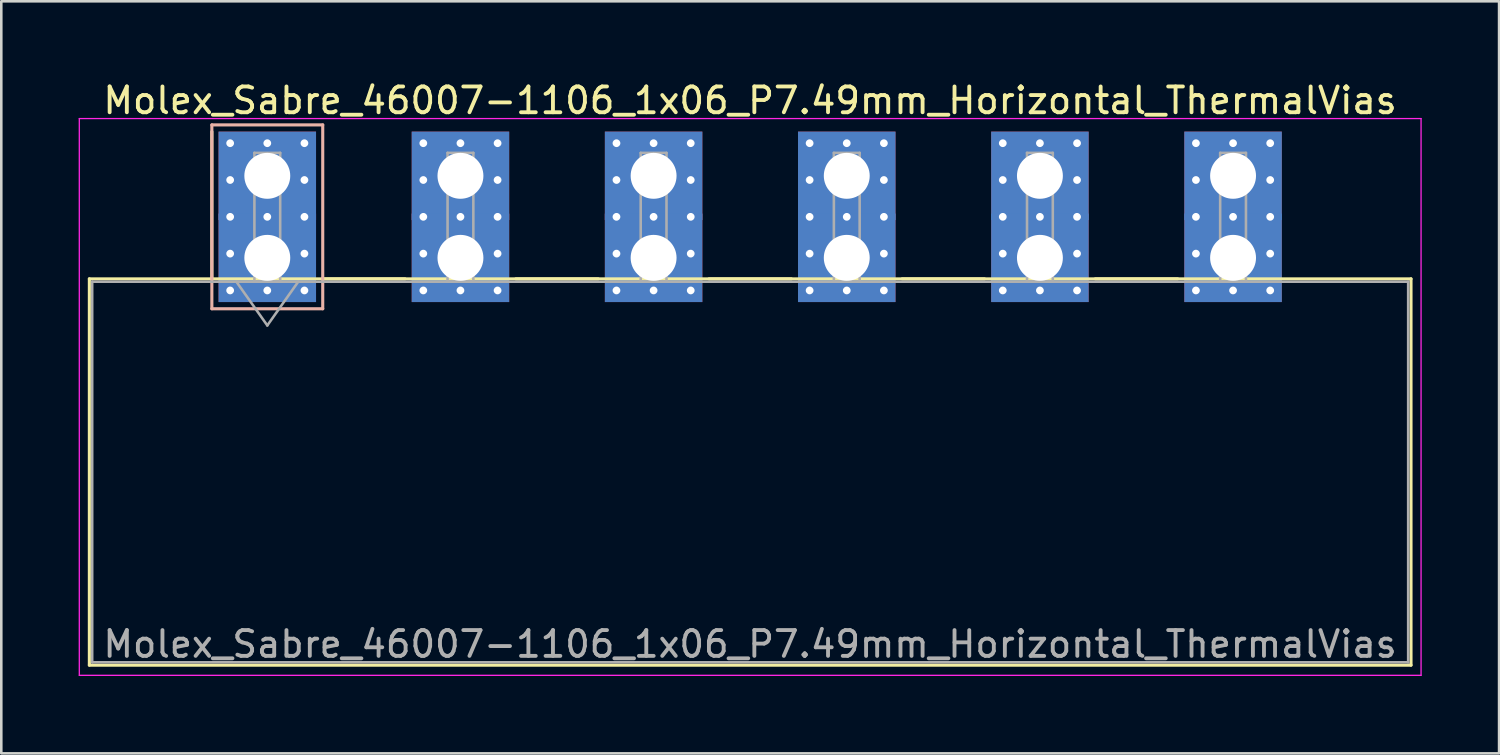
<source format=kicad_pcb>
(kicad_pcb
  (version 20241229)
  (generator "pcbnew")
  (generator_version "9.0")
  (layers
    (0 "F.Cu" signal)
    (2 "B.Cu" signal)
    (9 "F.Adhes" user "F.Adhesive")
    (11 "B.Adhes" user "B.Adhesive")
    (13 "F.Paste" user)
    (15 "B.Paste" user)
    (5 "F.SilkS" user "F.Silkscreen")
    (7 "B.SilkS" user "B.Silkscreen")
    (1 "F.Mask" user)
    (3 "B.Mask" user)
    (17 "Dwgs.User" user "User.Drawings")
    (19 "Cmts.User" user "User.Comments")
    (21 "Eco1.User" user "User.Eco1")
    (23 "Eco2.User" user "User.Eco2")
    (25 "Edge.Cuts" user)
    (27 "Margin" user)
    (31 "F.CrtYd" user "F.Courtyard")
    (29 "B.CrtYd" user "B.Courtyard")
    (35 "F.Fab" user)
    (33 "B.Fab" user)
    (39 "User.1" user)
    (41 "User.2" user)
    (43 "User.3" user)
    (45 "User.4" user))
  (footprint "Molex_Sabre_46007-1106_1x06_P7.49mm_Horizontal_ThermalVias"
    (layer "F.Cu")
    (at 7.315 6.948)
    (property "Reference" "Molex_Sabre_46007-1106_1x06_P7.49mm_Horizontal_ThermalVias" (at 18.72 -6.1 0) (layer "F.SilkS") (effects (font (size 1 1) (thickness 0.15))))
    (attr through_hole)
    (fp_line (start -6.9 0.815) (end -6.9 15.795) (stroke (width 0.12) (type solid)) (layer "F.SilkS"))
    (fp_line (start -6.9 15.795) (end 44.35 15.795) (stroke (width 0.12) (type solid)) (layer "F.SilkS"))
    (fp_line (start -2.15 0.815) (end -2.15 -4.895) (stroke (width 0.12) (type solid)) (layer "F.SilkS"))
    (fp_line (start 2.15 0.815) (end 5.34 0.815) (stroke (width 0.12) (type solid)) (layer "F.SilkS"))
    (fp_line (start 9.64 0.815) (end 12.83 0.815) (stroke (width 0.12) (type solid)) (layer "F.SilkS"))
    (fp_line (start 17.13 0.815) (end 20.32 0.815) (stroke (width 0.12) (type solid)) (layer "F.SilkS"))
    (fp_line (start 24.62 0.815) (end 27.81 0.815) (stroke (width 0.12) (type solid)) (layer "F.SilkS"))
    (fp_line (start 32.11 0.815) (end 35.3 0.815) (stroke (width 0.12) (type solid)) (layer "F.SilkS"))
    (fp_line (start 44.35 0.815) (end -6.9 0.815) (stroke (width 0.12) (type solid)) (layer "F.SilkS"))
    (fp_line (start 44.35 15.795) (end 44.35 0.815) (stroke (width 0.12) (type solid)) (layer "F.SilkS"))
    (fp_line (start -2.15 -5.155) (end -2.15 1.975) (stroke (width 0.12) (type solid)) (layer "B.SilkS"))
    (fp_line (start -2.15 1.975) (end 2.15 1.975) (stroke (width 0.12) (type solid)) (layer "B.SilkS"))
    (fp_line (start 2.15 -5.155) (end -2.15 -5.155) (stroke (width 0.12) (type solid)) (layer "B.SilkS"))
    (fp_line (start 2.15 1.975) (end 2.15 -5.155) (stroke (width 0.12) (type solid)) (layer "B.SilkS"))
    (fp_line (start -7.29 -5.4) (end -7.29 16.19) (stroke (width 0.05) (type solid)) (layer "F.CrtYd"))
    (fp_line (start -7.29 16.19) (end 44.74 16.19) (stroke (width 0.05) (type solid)) (layer "F.CrtYd"))
    (fp_line (start 44.74 -5.4) (end -7.29 -5.4) (stroke (width 0.05) (type solid)) (layer "F.CrtYd"))
    (fp_line (start 44.74 16.19) (end 44.74 -5.4) (stroke (width 0.05) (type solid)) (layer "F.CrtYd"))
    (fp_line (start -6.79 0.925) (end -6.79 15.685) (stroke (width 0.1) (type solid)) (layer "F.Fab"))
    (fp_line (start -6.79 15.685) (end 44.24 15.685) (stroke (width 0.1) (type solid)) (layer "F.Fab"))
    (fp_line (start -1.2 0.925) (end 0 2.622) (stroke (width 0.1) (type solid)) (layer "F.Fab"))
    (fp_line (start -0.5 -4.07) (end 0.5 -4.07) (stroke (width 0.1) (type solid)) (layer "F.Fab"))
    (fp_line (start -0.5 0.925) (end -0.5 -4.07) (stroke (width 0.1) (type solid)) (layer "F.Fab"))
    (fp_line (start 0 2.622) (end 1.2 0.925) (stroke (width 0.1) (type solid)) (layer "F.Fab"))
    (fp_line (start 0.5 -4.07) (end 0.5 0.925) (stroke (width 0.1) (type solid)) (layer "F.Fab"))
    (fp_line (start 0.5 0.925) (end -0.5 0.925) (stroke (width 0.1) (type solid)) (layer "F.Fab"))
    (fp_line (start 6.99 -4.07) (end 7.99 -4.07) (stroke (width 0.1) (type solid)) (layer "F.Fab"))
    (fp_line (start 6.99 0.925) (end 6.99 -4.07) (stroke (width 0.1) (type solid)) (layer "F.Fab"))
    (fp_line (start 7.99 -4.07) (end 7.99 0.925) (stroke (width 0.1) (type solid)) (layer "F.Fab"))
    (fp_line (start 7.99 0.925) (end 6.99 0.925) (stroke (width 0.1) (type solid)) (layer "F.Fab"))
    (fp_line (start 14.48 -4.07) (end 15.48 -4.07) (stroke (width 0.1) (type solid)) (layer "F.Fab"))
    (fp_line (start 14.48 0.925) (end 14.48 -4.07) (stroke (width 0.1) (type solid)) (layer "F.Fab"))
    (fp_line (start 15.48 -4.07) (end 15.48 0.925) (stroke (width 0.1) (type solid)) (layer "F.Fab"))
    (fp_line (start 15.48 0.925) (end 14.48 0.925) (stroke (width 0.1) (type solid)) (layer "F.Fab"))
    (fp_line (start 21.97 -4.07) (end 22.97 -4.07) (stroke (width 0.1) (type solid)) (layer "F.Fab"))
    (fp_line (start 21.97 0.925) (end 21.97 -4.07) (stroke (width 0.1) (type solid)) (layer "F.Fab"))
    (fp_line (start 22.97 -4.07) (end 22.97 0.925) (stroke (width 0.1) (type solid)) (layer "F.Fab"))
    (fp_line (start 22.97 0.925) (end 21.97 0.925) (stroke (width 0.1) (type solid)) (layer "F.Fab"))
    (fp_line (start 29.46 -4.07) (end 30.46 -4.07) (stroke (width 0.1) (type solid)) (layer "F.Fab"))
    (fp_line (start 29.46 0.925) (end 29.46 -4.07) (stroke (width 0.1) (type solid)) (layer "F.Fab"))
    (fp_line (start 30.46 -4.07) (end 30.46 0.925) (stroke (width 0.1) (type solid)) (layer "F.Fab"))
    (fp_line (start 30.46 0.925) (end 29.46 0.925) (stroke (width 0.1) (type solid)) (layer "F.Fab"))
    (fp_line (start 36.95 -4.07) (end 37.95 -4.07) (stroke (width 0.1) (type solid)) (layer "F.Fab"))
    (fp_line (start 36.95 0.925) (end 36.95 -4.07) (stroke (width 0.1) (type solid)) (layer "F.Fab"))
    (fp_line (start 37.95 -4.07) (end 37.95 0.925) (stroke (width 0.1) (type solid)) (layer "F.Fab"))
    (fp_line (start 37.95 0.925) (end 36.95 0.925) (stroke (width 0.1) (type solid)) (layer "F.Fab"))
    (fp_line (start 44.24 0.925) (end -6.79 0.925) (stroke (width 0.1) (type solid)) (layer "F.Fab"))
    (fp_line (start 44.24 15.685) (end 44.24 0.925) (stroke (width 0.1) (type solid)) (layer "F.Fab"))
    (fp_text user "${REFERENCE}" (at 18.72 14.98 0) (layer "F.Fab") (effects (font (size 1 1) (thickness 0.15))))
    (pad "1" thru_hole rect (at -1.44 -4.445) (size 0.6 0.6) (drill 0.3) (layers "*.Cu" "*.Mask"))
    (pad "1" thru_hole rect (at -1.44 -3.018) (size 0.6 0.6) (drill 0.3) (layers "*.Cu" "*.Mask"))
    (pad "1" thru_hole rect (at -1.44 -1.59) (size 0.6 0.6) (drill 0.3) (layers "*.Cu" "*.Mask"))
    (pad "1" thru_hole rect (at -1.44 -0.163) (size 0.6 0.6) (drill 0.3) (layers "*.Cu" "*.Mask"))
    (pad "1" thru_hole rect (at -1.44 1.265) (size 0.6 0.6) (drill 0.3) (layers "*.Cu" "*.Mask"))
    (pad "1" thru_hole rect (at 0 -4.445) (size 0.6 0.6) (drill 0.3) (layers "*.Cu" "*.Mask"))
    (pad "1" thru_hole rect (at 0 -3.18) (size 3.78 3.43) (drill 1.78) (layers "*.Cu" "*.Mask"))
    (pad "1" thru_hole rect (at 0 -1.59) (size 0.6 0.6) (drill 0.3) (layers "*.Cu" "*.Mask"))
    (pad "1" thru_hole rect (at 0 0) (size 3.78 3.43) (drill 1.78) (layers "*.Cu" "*.Mask"))
    (pad "1" thru_hole rect (at 0 1.265) (size 0.6 0.6) (drill 0.3) (layers "*.Cu" "*.Mask"))
    (pad "1" thru_hole rect (at 1.44 -4.445) (size 0.6 0.6) (drill 0.3) (layers "*.Cu" "*.Mask"))
    (pad "1" thru_hole rect (at 1.44 -3.018) (size 0.6 0.6) (drill 0.3) (layers "*.Cu" "*.Mask"))
    (pad "1" thru_hole rect (at 1.44 -1.59) (size 0.6 0.6) (drill 0.3) (layers "*.Cu" "*.Mask"))
    (pad "1" thru_hole rect (at 1.44 -0.163) (size 0.6 0.6) (drill 0.3) (layers "*.Cu" "*.Mask"))
    (pad "1" thru_hole rect (at 1.44 1.265) (size 0.6 0.6) (drill 0.3) (layers "*.Cu" "*.Mask"))
    (pad "2" thru_hole circle (at 6.05 -4.445) (size 0.6 0.6) (drill 0.3) (layers "*.Cu" "*.Mask"))
    (pad "2" thru_hole circle (at 6.05 -3.018) (size 0.6 0.6) (drill 0.3) (layers "*.Cu" "*.Mask"))
    (pad "2" thru_hole circle (at 6.05 -1.59) (size 0.6 0.6) (drill 0.3) (layers "*.Cu" "*.Mask"))
    (pad "2" thru_hole circle (at 6.05 -0.163) (size 0.6 0.6) (drill 0.3) (layers "*.Cu" "*.Mask"))
    (pad "2" thru_hole circle (at 6.05 1.265) (size 0.6 0.6) (drill 0.3) (layers "*.Cu" "*.Mask"))
    (pad "2" thru_hole circle (at 7.49 -4.445) (size 0.6 0.6) (drill 0.3) (layers "*.Cu" "*.Mask"))
    (pad "2" thru_hole rect (at 7.49 -3.18) (size 3.78 3.43) (drill 1.78) (layers "*.Cu" "*.Mask"))
    (pad "2" thru_hole circle (at 7.49 -1.59) (size 0.6 0.6) (drill 0.3) (layers "*.Cu" "*.Mask"))
    (pad "2" thru_hole rect (at 7.49 0) (size 3.78 3.43) (drill 1.78) (layers "*.Cu" "*.Mask"))
    (pad "2" thru_hole circle (at 7.49 1.265) (size 0.6 0.6) (drill 0.3) (layers "*.Cu" "*.Mask"))
    (pad "2" thru_hole circle (at 8.93 -4.445) (size 0.6 0.6) (drill 0.3) (layers "*.Cu" "*.Mask"))
    (pad "2" thru_hole circle (at 8.93 -3.018) (size 0.6 0.6) (drill 0.3) (layers "*.Cu" "*.Mask"))
    (pad "2" thru_hole circle (at 8.93 -1.59) (size 0.6 0.6) (drill 0.3) (layers "*.Cu" "*.Mask"))
    (pad "2" thru_hole circle (at 8.93 -0.163) (size 0.6 0.6) (drill 0.3) (layers "*.Cu" "*.Mask"))
    (pad "2" thru_hole circle (at 8.93 1.265) (size 0.6 0.6) (drill 0.3) (layers "*.Cu" "*.Mask"))
    (pad "3" thru_hole circle (at 13.54 -4.445) (size 0.6 0.6) (drill 0.3) (layers "*.Cu" "*.Mask"))
    (pad "3" thru_hole circle (at 13.54 -3.018) (size 0.6 0.6) (drill 0.3) (layers "*.Cu" "*.Mask"))
    (pad "3" thru_hole circle (at 13.54 -1.59) (size 0.6 0.6) (drill 0.3) (layers "*.Cu" "*.Mask"))
    (pad "3" thru_hole circle (at 13.54 -0.163) (size 0.6 0.6) (drill 0.3) (layers "*.Cu" "*.Mask"))
    (pad "3" thru_hole circle (at 13.54 1.265) (size 0.6 0.6) (drill 0.3) (layers "*.Cu" "*.Mask"))
    (pad "3" thru_hole circle (at 14.98 -4.445) (size 0.6 0.6) (drill 0.3) (layers "*.Cu" "*.Mask"))
    (pad "3" thru_hole rect (at 14.98 -3.18) (size 3.78 3.43) (drill 1.78) (layers "*.Cu" "*.Mask"))
    (pad "3" thru_hole circle (at 14.98 -1.59) (size 0.6 0.6) (drill 0.3) (layers "*.Cu" "*.Mask"))
    (pad "3" thru_hole rect (at 14.98 0) (size 3.78 3.43) (drill 1.78) (layers "*.Cu" "*.Mask"))
    (pad "3" thru_hole circle (at 14.98 1.265) (size 0.6 0.6) (drill 0.3) (layers "*.Cu" "*.Mask"))
    (pad "3" thru_hole circle (at 16.42 -4.445) (size 0.6 0.6) (drill 0.3) (layers "*.Cu" "*.Mask"))
    (pad "3" thru_hole circle (at 16.42 -3.018) (size 0.6 0.6) (drill 0.3) (layers "*.Cu" "*.Mask"))
    (pad "3" thru_hole circle (at 16.42 -1.59) (size 0.6 0.6) (drill 0.3) (layers "*.Cu" "*.Mask"))
    (pad "3" thru_hole circle (at 16.42 -0.163) (size 0.6 0.6) (drill 0.3) (layers "*.Cu" "*.Mask"))
    (pad "3" thru_hole circle (at 16.42 1.265) (size 0.6 0.6) (drill 0.3) (layers "*.Cu" "*.Mask"))
    (pad "4" thru_hole circle (at 21.03 -4.445) (size 0.6 0.6) (drill 0.3) (layers "*.Cu" "*.Mask"))
    (pad "4" thru_hole circle (at 21.03 -3.018) (size 0.6 0.6) (drill 0.3) (layers "*.Cu" "*.Mask"))
    (pad "4" thru_hole circle (at 21.03 -1.59) (size 0.6 0.6) (drill 0.3) (layers "*.Cu" "*.Mask"))
    (pad "4" thru_hole circle (at 21.03 -0.163) (size 0.6 0.6) (drill 0.3) (layers "*.Cu" "*.Mask"))
    (pad "4" thru_hole circle (at 21.03 1.265) (size 0.6 0.6) (drill 0.3) (layers "*.Cu" "*.Mask"))
    (pad "4" thru_hole circle (at 22.47 -4.445) (size 0.6 0.6) (drill 0.3) (layers "*.Cu" "*.Mask"))
    (pad "4" thru_hole rect (at 22.47 -3.18) (size 3.78 3.43) (drill 1.78) (layers "*.Cu" "*.Mask"))
    (pad "4" thru_hole circle (at 22.47 -1.59) (size 0.6 0.6) (drill 0.3) (layers "*.Cu" "*.Mask"))
    (pad "4" thru_hole rect (at 22.47 0) (size 3.78 3.43) (drill 1.78) (layers "*.Cu" "*.Mask"))
    (pad "4" thru_hole circle (at 22.47 1.265) (size 0.6 0.6) (drill 0.3) (layers "*.Cu" "*.Mask"))
    (pad "4" thru_hole circle (at 23.91 -4.445) (size 0.6 0.6) (drill 0.3) (layers "*.Cu" "*.Mask"))
    (pad "4" thru_hole circle (at 23.91 -3.018) (size 0.6 0.6) (drill 0.3) (layers "*.Cu" "*.Mask"))
    (pad "4" thru_hole circle (at 23.91 -1.59) (size 0.6 0.6) (drill 0.3) (layers "*.Cu" "*.Mask"))
    (pad "4" thru_hole circle (at 23.91 -0.163) (size 0.6 0.6) (drill 0.3) (layers "*.Cu" "*.Mask"))
    (pad "4" thru_hole circle (at 23.91 1.265) (size 0.6 0.6) (drill 0.3) (layers "*.Cu" "*.Mask"))
    (pad "5" thru_hole circle (at 28.52 -4.445) (size 0.6 0.6) (drill 0.3) (layers "*.Cu" "*.Mask"))
    (pad "5" thru_hole circle (at 28.52 -3.018) (size 0.6 0.6) (drill 0.3) (layers "*.Cu" "*.Mask"))
    (pad "5" thru_hole circle (at 28.52 -1.59) (size 0.6 0.6) (drill 0.3) (layers "*.Cu" "*.Mask"))
    (pad "5" thru_hole circle (at 28.52 -0.163) (size 0.6 0.6) (drill 0.3) (layers "*.Cu" "*.Mask"))
    (pad "5" thru_hole circle (at 28.52 1.265) (size 0.6 0.6) (drill 0.3) (layers "*.Cu" "*.Mask"))
    (pad "5" thru_hole circle (at 29.96 -4.445) (size 0.6 0.6) (drill 0.3) (layers "*.Cu" "*.Mask"))
    (pad "5" thru_hole rect (at 29.96 -3.18) (size 3.78 3.43) (drill 1.78) (layers "*.Cu" "*.Mask"))
    (pad "5" thru_hole circle (at 29.96 -1.59) (size 0.6 0.6) (drill 0.3) (layers "*.Cu" "*.Mask"))
    (pad "5" thru_hole rect (at 29.96 0) (size 3.78 3.43) (drill 1.78) (layers "*.Cu" "*.Mask"))
    (pad "5" thru_hole circle (at 29.96 1.265) (size 0.6 0.6) (drill 0.3) (layers "*.Cu" "*.Mask"))
    (pad "5" thru_hole circle (at 31.4 -4.445) (size 0.6 0.6) (drill 0.3) (layers "*.Cu" "*.Mask"))
    (pad "5" thru_hole circle (at 31.4 -3.018) (size 0.6 0.6) (drill 0.3) (layers "*.Cu" "*.Mask"))
    (pad "5" thru_hole circle (at 31.4 -1.59) (size 0.6 0.6) (drill 0.3) (layers "*.Cu" "*.Mask"))
    (pad "5" thru_hole circle (at 31.4 -0.163) (size 0.6 0.6) (drill 0.3) (layers "*.Cu" "*.Mask"))
    (pad "5" thru_hole circle (at 31.4 1.265) (size 0.6 0.6) (drill 0.3) (layers "*.Cu" "*.Mask"))
    (pad "6" thru_hole circle (at 36.01 -4.445) (size 0.6 0.6) (drill 0.3) (layers "*.Cu" "*.Mask"))
    (pad "6" thru_hole circle (at 36.01 -3.018) (size 0.6 0.6) (drill 0.3) (layers "*.Cu" "*.Mask"))
    (pad "6" thru_hole circle (at 36.01 -1.59) (size 0.6 0.6) (drill 0.3) (layers "*.Cu" "*.Mask"))
    (pad "6" thru_hole circle (at 36.01 -0.163) (size 0.6 0.6) (drill 0.3) (layers "*.Cu" "*.Mask"))
    (pad "6" thru_hole circle (at 36.01 1.265) (size 0.6 0.6) (drill 0.3) (layers "*.Cu" "*.Mask"))
    (pad "6" thru_hole circle (at 37.45 -4.445) (size 0.6 0.6) (drill 0.3) (layers "*.Cu" "*.Mask"))
    (pad "6" thru_hole rect (at 37.45 -3.18) (size 3.78 3.43) (drill 1.78) (layers "*.Cu" "*.Mask"))
    (pad "6" thru_hole circle (at 37.45 -1.59) (size 0.6 0.6) (drill 0.3) (layers "*.Cu" "*.Mask"))
    (pad "6" thru_hole rect (at 37.45 0) (size 3.78 3.43) (drill 1.78) (layers "*.Cu" "*.Mask"))
    (pad "6" thru_hole circle (at 37.45 1.265) (size 0.6 0.6) (drill 0.3) (layers "*.Cu" "*.Mask"))
    (pad "6" thru_hole circle (at 38.89 -4.445) (size 0.6 0.6) (drill 0.3) (layers "*.Cu" "*.Mask"))
    (pad "6" thru_hole circle (at 38.89 -3.018) (size 0.6 0.6) (drill 0.3) (layers "*.Cu" "*.Mask"))
    (pad "6" thru_hole circle (at 38.89 -1.59) (size 0.6 0.6) (drill 0.3) (layers "*.Cu" "*.Mask"))
    (pad "6" thru_hole circle (at 38.89 -0.163) (size 0.6 0.6) (drill 0.3) (layers "*.Cu" "*.Mask"))
    (pad "6" thru_hole circle (at 38.89 1.265) (size 0.6 0.6) (drill 0.3) (layers "*.Cu" "*.Mask")))
  (gr_rect
    (start -3 -3)
    (end 55.08 26.163)
    (stroke (width 0.1) (type default))
    (fill no)
    (layer "Edge.Cuts")))
</source>
